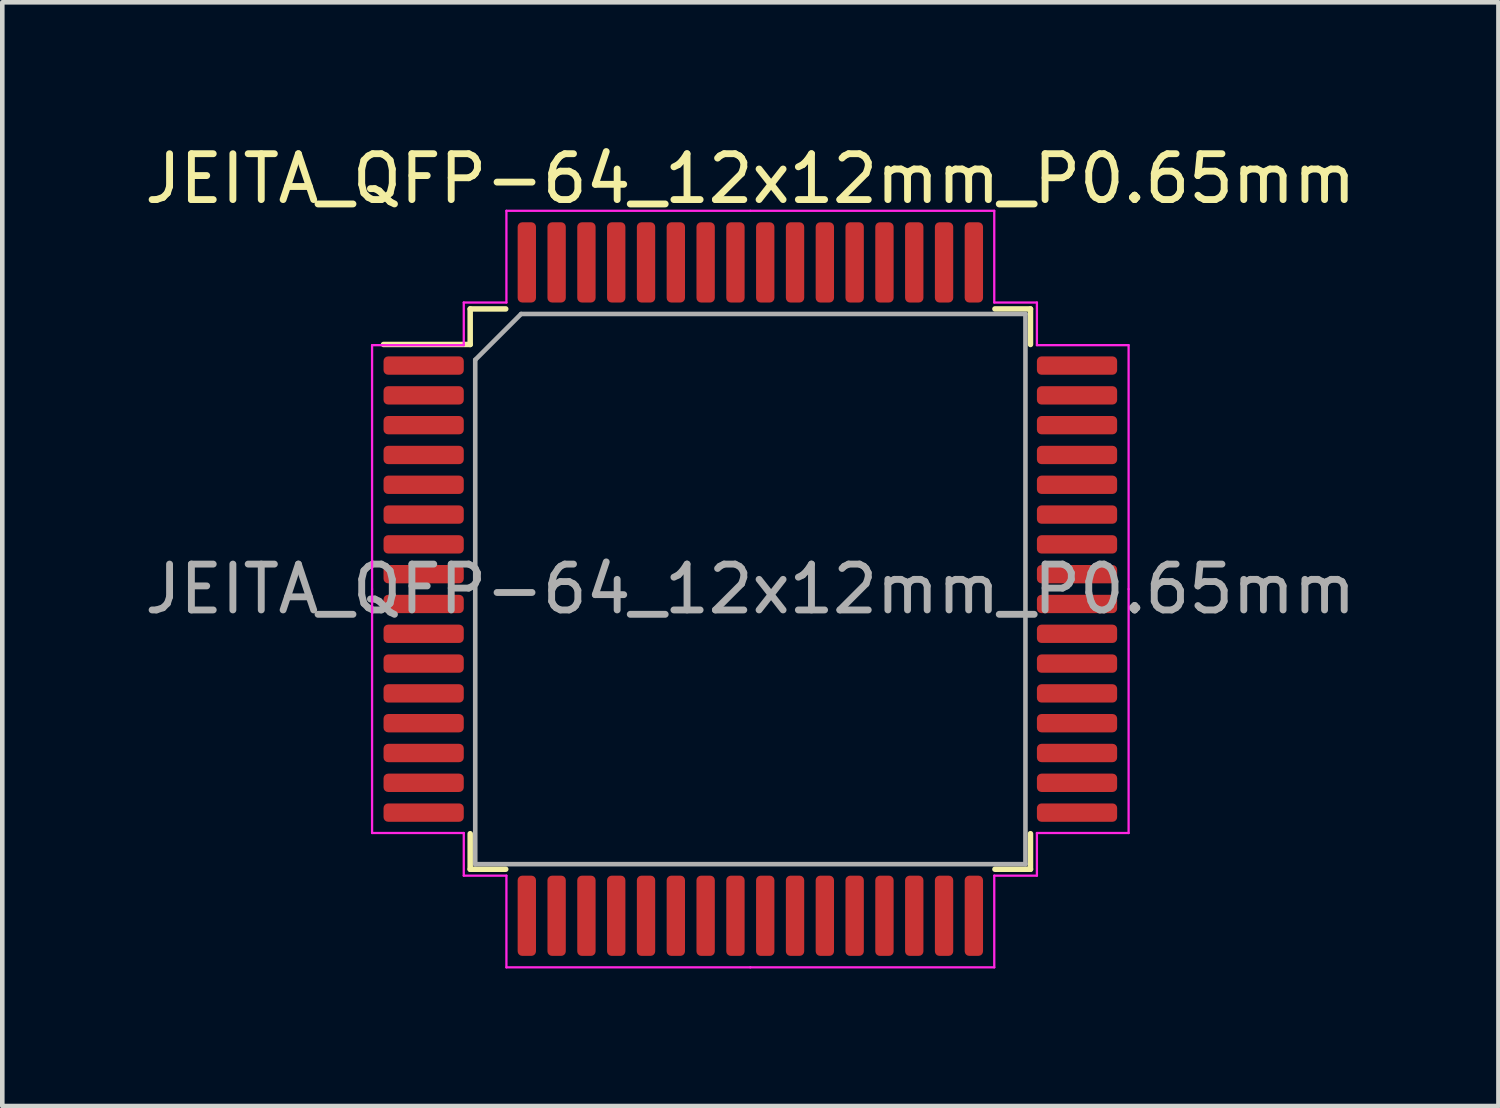
<source format=kicad_pcb>
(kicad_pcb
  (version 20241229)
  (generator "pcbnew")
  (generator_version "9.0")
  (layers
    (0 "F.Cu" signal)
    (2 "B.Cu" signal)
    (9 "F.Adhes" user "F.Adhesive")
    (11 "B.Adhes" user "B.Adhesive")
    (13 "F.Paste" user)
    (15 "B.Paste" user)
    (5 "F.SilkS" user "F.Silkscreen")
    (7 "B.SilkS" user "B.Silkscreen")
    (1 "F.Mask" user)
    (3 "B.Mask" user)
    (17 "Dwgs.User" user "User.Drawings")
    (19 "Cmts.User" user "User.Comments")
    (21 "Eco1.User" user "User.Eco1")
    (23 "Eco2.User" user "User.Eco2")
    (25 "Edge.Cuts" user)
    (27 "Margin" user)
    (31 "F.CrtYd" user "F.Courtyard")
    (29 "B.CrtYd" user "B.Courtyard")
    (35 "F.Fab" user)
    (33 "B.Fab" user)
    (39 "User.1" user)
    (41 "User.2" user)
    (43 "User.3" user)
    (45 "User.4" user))
  (footprint "JEITA_QFP-64_12x12mm_P0.65mm"
    (layer "F.Cu")
    (at 13.315 9.798)
    (property "Reference" "JEITA_QFP-64_12x12mm_P0.65mm" (at 0 -8.95 0) (layer "F.SilkS") (effects (font (size 1 1) (thickness 0.15))))
    (attr smd)
    (fp_line (start -6.11 -6.11) (end -6.11 -5.335) (stroke (width 0.12) (type solid)) (layer "F.SilkS"))
    (fp_line (start -6.11 -5.335) (end -8 -5.335) (stroke (width 0.12) (type solid)) (layer "F.SilkS"))
    (fp_line (start -6.11 6.11) (end -6.11 5.335) (stroke (width 0.12) (type solid)) (layer "F.SilkS"))
    (fp_line (start -5.335 -6.11) (end -6.11 -6.11) (stroke (width 0.12) (type solid)) (layer "F.SilkS"))
    (fp_line (start -5.335 6.11) (end -6.11 6.11) (stroke (width 0.12) (type solid)) (layer "F.SilkS"))
    (fp_line (start 5.335 -6.11) (end 6.11 -6.11) (stroke (width 0.12) (type solid)) (layer "F.SilkS"))
    (fp_line (start 5.335 6.11) (end 6.11 6.11) (stroke (width 0.12) (type solid)) (layer "F.SilkS"))
    (fp_line (start 6.11 -6.11) (end 6.11 -5.335) (stroke (width 0.12) (type solid)) (layer "F.SilkS"))
    (fp_line (start 6.11 6.11) (end 6.11 5.335) (stroke (width 0.12) (type solid)) (layer "F.SilkS"))
    (fp_line (start -8.25 -5.32) (end -8.25 0) (stroke (width 0.05) (type solid)) (layer "F.CrtYd"))
    (fp_line (start -8.25 5.32) (end -8.25 0) (stroke (width 0.05) (type solid)) (layer "F.CrtYd"))
    (fp_line (start -6.25 -6.25) (end -6.25 -5.32) (stroke (width 0.05) (type solid)) (layer "F.CrtYd"))
    (fp_line (start -6.25 -5.32) (end -8.25 -5.32) (stroke (width 0.05) (type solid)) (layer "F.CrtYd"))
    (fp_line (start -6.25 5.32) (end -8.25 5.32) (stroke (width 0.05) (type solid)) (layer "F.CrtYd"))
    (fp_line (start -6.25 6.25) (end -6.25 5.32) (stroke (width 0.05) (type solid)) (layer "F.CrtYd"))
    (fp_line (start -5.32 -8.25) (end -5.32 -6.25) (stroke (width 0.05) (type solid)) (layer "F.CrtYd"))
    (fp_line (start -5.32 -6.25) (end -6.25 -6.25) (stroke (width 0.05) (type solid)) (layer "F.CrtYd"))
    (fp_line (start -5.32 6.25) (end -6.25 6.25) (stroke (width 0.05) (type solid)) (layer "F.CrtYd"))
    (fp_line (start -5.32 8.25) (end -5.32 6.25) (stroke (width 0.05) (type solid)) (layer "F.CrtYd"))
    (fp_line (start 0 -8.25) (end -5.32 -8.25) (stroke (width 0.05) (type solid)) (layer "F.CrtYd"))
    (fp_line (start 0 -8.25) (end 5.32 -8.25) (stroke (width 0.05) (type solid)) (layer "F.CrtYd"))
    (fp_line (start 0 8.25) (end -5.32 8.25) (stroke (width 0.05) (type solid)) (layer "F.CrtYd"))
    (fp_line (start 0 8.25) (end 5.32 8.25) (stroke (width 0.05) (type solid)) (layer "F.CrtYd"))
    (fp_line (start 5.32 -8.25) (end 5.32 -6.25) (stroke (width 0.05) (type solid)) (layer "F.CrtYd"))
    (fp_line (start 5.32 -6.25) (end 6.25 -6.25) (stroke (width 0.05) (type solid)) (layer "F.CrtYd"))
    (fp_line (start 5.32 6.25) (end 6.25 6.25) (stroke (width 0.05) (type solid)) (layer "F.CrtYd"))
    (fp_line (start 5.32 8.25) (end 5.32 6.25) (stroke (width 0.05) (type solid)) (layer "F.CrtYd"))
    (fp_line (start 6.25 -6.25) (end 6.25 -5.32) (stroke (width 0.05) (type solid)) (layer "F.CrtYd"))
    (fp_line (start 6.25 -5.32) (end 8.25 -5.32) (stroke (width 0.05) (type solid)) (layer "F.CrtYd"))
    (fp_line (start 6.25 5.32) (end 8.25 5.32) (stroke (width 0.05) (type solid)) (layer "F.CrtYd"))
    (fp_line (start 6.25 6.25) (end 6.25 5.32) (stroke (width 0.05) (type solid)) (layer "F.CrtYd"))
    (fp_line (start 8.25 -5.32) (end 8.25 0) (stroke (width 0.05) (type solid)) (layer "F.CrtYd"))
    (fp_line (start 8.25 5.32) (end 8.25 0) (stroke (width 0.05) (type solid)) (layer "F.CrtYd"))
    (fp_line (start -6 -5) (end -5 -6) (stroke (width 0.1) (type solid)) (layer "F.Fab"))
    (fp_line (start -6 6) (end -6 -5) (stroke (width 0.1) (type solid)) (layer "F.Fab"))
    (fp_line (start -5 -6) (end 6 -6) (stroke (width 0.1) (type solid)) (layer "F.Fab"))
    (fp_line (start 6 -6) (end 6 6) (stroke (width 0.1) (type solid)) (layer "F.Fab"))
    (fp_line (start 6 6) (end -6 6) (stroke (width 0.1) (type solid)) (layer "F.Fab"))
    (fp_text user "${REFERENCE}" (at 0 0 0) (layer "F.Fab") (effects (font (size 1 1) (thickness 0.15))))
    (pad "1" smd roundrect (at -7.125 -4.875) (size 1.75 0.4) (layers "F.Cu" "F.Mask" "F.Paste") (roundrect_rratio 0.25))
    (pad "2" smd roundrect (at -7.125 -4.225) (size 1.75 0.4) (layers "F.Cu" "F.Mask" "F.Paste") (roundrect_rratio 0.25))
    (pad "3" smd roundrect (at -7.125 -3.575) (size 1.75 0.4) (layers "F.Cu" "F.Mask" "F.Paste") (roundrect_rratio 0.25))
    (pad "4" smd roundrect (at -7.125 -2.925) (size 1.75 0.4) (layers "F.Cu" "F.Mask" "F.Paste") (roundrect_rratio 0.25))
    (pad "5" smd roundrect (at -7.125 -2.275) (size 1.75 0.4) (layers "F.Cu" "F.Mask" "F.Paste") (roundrect_rratio 0.25))
    (pad "6" smd roundrect (at -7.125 -1.625) (size 1.75 0.4) (layers "F.Cu" "F.Mask" "F.Paste") (roundrect_rratio 0.25))
    (pad "7" smd roundrect (at -7.125 -0.975) (size 1.75 0.4) (layers "F.Cu" "F.Mask" "F.Paste") (roundrect_rratio 0.25))
    (pad "8" smd roundrect (at -7.125 -0.325) (size 1.75 0.4) (layers "F.Cu" "F.Mask" "F.Paste") (roundrect_rratio 0.25))
    (pad "9" smd roundrect (at -7.125 0.325) (size 1.75 0.4) (layers "F.Cu" "F.Mask" "F.Paste") (roundrect_rratio 0.25))
    (pad "10" smd roundrect (at -7.125 0.975) (size 1.75 0.4) (layers "F.Cu" "F.Mask" "F.Paste") (roundrect_rratio 0.25))
    (pad "11" smd roundrect (at -7.125 1.625) (size 1.75 0.4) (layers "F.Cu" "F.Mask" "F.Paste") (roundrect_rratio 0.25))
    (pad "12" smd roundrect (at -7.125 2.275) (size 1.75 0.4) (layers "F.Cu" "F.Mask" "F.Paste") (roundrect_rratio 0.25))
    (pad "13" smd roundrect (at -7.125 2.925) (size 1.75 0.4) (layers "F.Cu" "F.Mask" "F.Paste") (roundrect_rratio 0.25))
    (pad "14" smd roundrect (at -7.125 3.575) (size 1.75 0.4) (layers "F.Cu" "F.Mask" "F.Paste") (roundrect_rratio 0.25))
    (pad "15" smd roundrect (at -7.125 4.225) (size 1.75 0.4) (layers "F.Cu" "F.Mask" "F.Paste") (roundrect_rratio 0.25))
    (pad "16" smd roundrect (at -7.125 4.875) (size 1.75 0.4) (layers "F.Cu" "F.Mask" "F.Paste") (roundrect_rratio 0.25))
    (pad "17" smd roundrect (at -4.875 7.125) (size 0.4 1.75) (layers "F.Cu" "F.Mask" "F.Paste") (roundrect_rratio 0.25))
    (pad "18" smd roundrect (at -4.225 7.125) (size 0.4 1.75) (layers "F.Cu" "F.Mask" "F.Paste") (roundrect_rratio 0.25))
    (pad "19" smd roundrect (at -3.575 7.125) (size 0.4 1.75) (layers "F.Cu" "F.Mask" "F.Paste") (roundrect_rratio 0.25))
    (pad "20" smd roundrect (at -2.925 7.125) (size 0.4 1.75) (layers "F.Cu" "F.Mask" "F.Paste") (roundrect_rratio 0.25))
    (pad "21" smd roundrect (at -2.275 7.125) (size 0.4 1.75) (layers "F.Cu" "F.Mask" "F.Paste") (roundrect_rratio 0.25))
    (pad "22" smd roundrect (at -1.625 7.125) (size 0.4 1.75) (layers "F.Cu" "F.Mask" "F.Paste") (roundrect_rratio 0.25))
    (pad "23" smd roundrect (at -0.975 7.125) (size 0.4 1.75) (layers "F.Cu" "F.Mask" "F.Paste") (roundrect_rratio 0.25))
    (pad "24" smd roundrect (at -0.325 7.125) (size 0.4 1.75) (layers "F.Cu" "F.Mask" "F.Paste") (roundrect_rratio 0.25))
    (pad "25" smd roundrect (at 0.325 7.125) (size 0.4 1.75) (layers "F.Cu" "F.Mask" "F.Paste") (roundrect_rratio 0.25))
    (pad "26" smd roundrect (at 0.975 7.125) (size 0.4 1.75) (layers "F.Cu" "F.Mask" "F.Paste") (roundrect_rratio 0.25))
    (pad "27" smd roundrect (at 1.625 7.125) (size 0.4 1.75) (layers "F.Cu" "F.Mask" "F.Paste") (roundrect_rratio 0.25))
    (pad "28" smd roundrect (at 2.275 7.125) (size 0.4 1.75) (layers "F.Cu" "F.Mask" "F.Paste") (roundrect_rratio 0.25))
    (pad "29" smd roundrect (at 2.925 7.125) (size 0.4 1.75) (layers "F.Cu" "F.Mask" "F.Paste") (roundrect_rratio 0.25))
    (pad "30" smd roundrect (at 3.575 7.125) (size 0.4 1.75) (layers "F.Cu" "F.Mask" "F.Paste") (roundrect_rratio 0.25))
    (pad "31" smd roundrect (at 4.225 7.125) (size 0.4 1.75) (layers "F.Cu" "F.Mask" "F.Paste") (roundrect_rratio 0.25))
    (pad "32" smd roundrect (at 4.875 7.125) (size 0.4 1.75) (layers "F.Cu" "F.Mask" "F.Paste") (roundrect_rratio 0.25))
    (pad "33" smd roundrect (at 7.125 4.875) (size 1.75 0.4) (layers "F.Cu" "F.Mask" "F.Paste") (roundrect_rratio 0.25))
    (pad "34" smd roundrect (at 7.125 4.225) (size 1.75 0.4) (layers "F.Cu" "F.Mask" "F.Paste") (roundrect_rratio 0.25))
    (pad "35" smd roundrect (at 7.125 3.575) (size 1.75 0.4) (layers "F.Cu" "F.Mask" "F.Paste") (roundrect_rratio 0.25))
    (pad "36" smd roundrect (at 7.125 2.925) (size 1.75 0.4) (layers "F.Cu" "F.Mask" "F.Paste") (roundrect_rratio 0.25))
    (pad "37" smd roundrect (at 7.125 2.275) (size 1.75 0.4) (layers "F.Cu" "F.Mask" "F.Paste") (roundrect_rratio 0.25))
    (pad "38" smd roundrect (at 7.125 1.625) (size 1.75 0.4) (layers "F.Cu" "F.Mask" "F.Paste") (roundrect_rratio 0.25))
    (pad "39" smd roundrect (at 7.125 0.975) (size 1.75 0.4) (layers "F.Cu" "F.Mask" "F.Paste") (roundrect_rratio 0.25))
    (pad "40" smd roundrect (at 7.125 0.325) (size 1.75 0.4) (layers "F.Cu" "F.Mask" "F.Paste") (roundrect_rratio 0.25))
    (pad "41" smd roundrect (at 7.125 -0.325) (size 1.75 0.4) (layers "F.Cu" "F.Mask" "F.Paste") (roundrect_rratio 0.25))
    (pad "42" smd roundrect (at 7.125 -0.975) (size 1.75 0.4) (layers "F.Cu" "F.Mask" "F.Paste") (roundrect_rratio 0.25))
    (pad "43" smd roundrect (at 7.125 -1.625) (size 1.75 0.4) (layers "F.Cu" "F.Mask" "F.Paste") (roundrect_rratio 0.25))
    (pad "44" smd roundrect (at 7.125 -2.275) (size 1.75 0.4) (layers "F.Cu" "F.Mask" "F.Paste") (roundrect_rratio 0.25))
    (pad "45" smd roundrect (at 7.125 -2.925) (size 1.75 0.4) (layers "F.Cu" "F.Mask" "F.Paste") (roundrect_rratio 0.25))
    (pad "46" smd roundrect (at 7.125 -3.575) (size 1.75 0.4) (layers "F.Cu" "F.Mask" "F.Paste") (roundrect_rratio 0.25))
    (pad "47" smd roundrect (at 7.125 -4.225) (size 1.75 0.4) (layers "F.Cu" "F.Mask" "F.Paste") (roundrect_rratio 0.25))
    (pad "48" smd roundrect (at 7.125 -4.875) (size 1.75 0.4) (layers "F.Cu" "F.Mask" "F.Paste") (roundrect_rratio 0.25))
    (pad "49" smd roundrect (at 4.875 -7.125) (size 0.4 1.75) (layers "F.Cu" "F.Mask" "F.Paste") (roundrect_rratio 0.25))
    (pad "50" smd roundrect (at 4.225 -7.125) (size 0.4 1.75) (layers "F.Cu" "F.Mask" "F.Paste") (roundrect_rratio 0.25))
    (pad "51" smd roundrect (at 3.575 -7.125) (size 0.4 1.75) (layers "F.Cu" "F.Mask" "F.Paste") (roundrect_rratio 0.25))
    (pad "52" smd roundrect (at 2.925 -7.125) (size 0.4 1.75) (layers "F.Cu" "F.Mask" "F.Paste") (roundrect_rratio 0.25))
    (pad "53" smd roundrect (at 2.275 -7.125) (size 0.4 1.75) (layers "F.Cu" "F.Mask" "F.Paste") (roundrect_rratio 0.25))
    (pad "54" smd roundrect (at 1.625 -7.125) (size 0.4 1.75) (layers "F.Cu" "F.Mask" "F.Paste") (roundrect_rratio 0.25))
    (pad "55" smd roundrect (at 0.975 -7.125) (size 0.4 1.75) (layers "F.Cu" "F.Mask" "F.Paste") (roundrect_rratio 0.25))
    (pad "56" smd roundrect (at 0.325 -7.125) (size 0.4 1.75) (layers "F.Cu" "F.Mask" "F.Paste") (roundrect_rratio 0.25))
    (pad "57" smd roundrect (at -0.325 -7.125) (size 0.4 1.75) (layers "F.Cu" "F.Mask" "F.Paste") (roundrect_rratio 0.25))
    (pad "58" smd roundrect (at -0.975 -7.125) (size 0.4 1.75) (layers "F.Cu" "F.Mask" "F.Paste") (roundrect_rratio 0.25))
    (pad "59" smd roundrect (at -1.625 -7.125) (size 0.4 1.75) (layers "F.Cu" "F.Mask" "F.Paste") (roundrect_rratio 0.25))
    (pad "60" smd roundrect (at -2.275 -7.125) (size 0.4 1.75) (layers "F.Cu" "F.Mask" "F.Paste") (roundrect_rratio 0.25))
    (pad "61" smd roundrect (at -2.925 -7.125) (size 0.4 1.75) (layers "F.Cu" "F.Mask" "F.Paste") (roundrect_rratio 0.25))
    (pad "62" smd roundrect (at -3.575 -7.125) (size 0.4 1.75) (layers "F.Cu" "F.Mask" "F.Paste") (roundrect_rratio 0.25))
    (pad "63" smd roundrect (at -4.225 -7.125) (size 0.4 1.75) (layers "F.Cu" "F.Mask" "F.Paste") (roundrect_rratio 0.25))
    (pad "64" smd roundrect (at -4.875 -7.125) (size 0.4 1.75) (layers "F.Cu" "F.Mask" "F.Paste") (roundrect_rratio 0.25)))
  (gr_rect
    (start -3 -3)
    (end 29.631 21.073)
    (stroke (width 0.1) (type default))
    (fill no)
    (layer "Edge.Cuts")))
</source>
